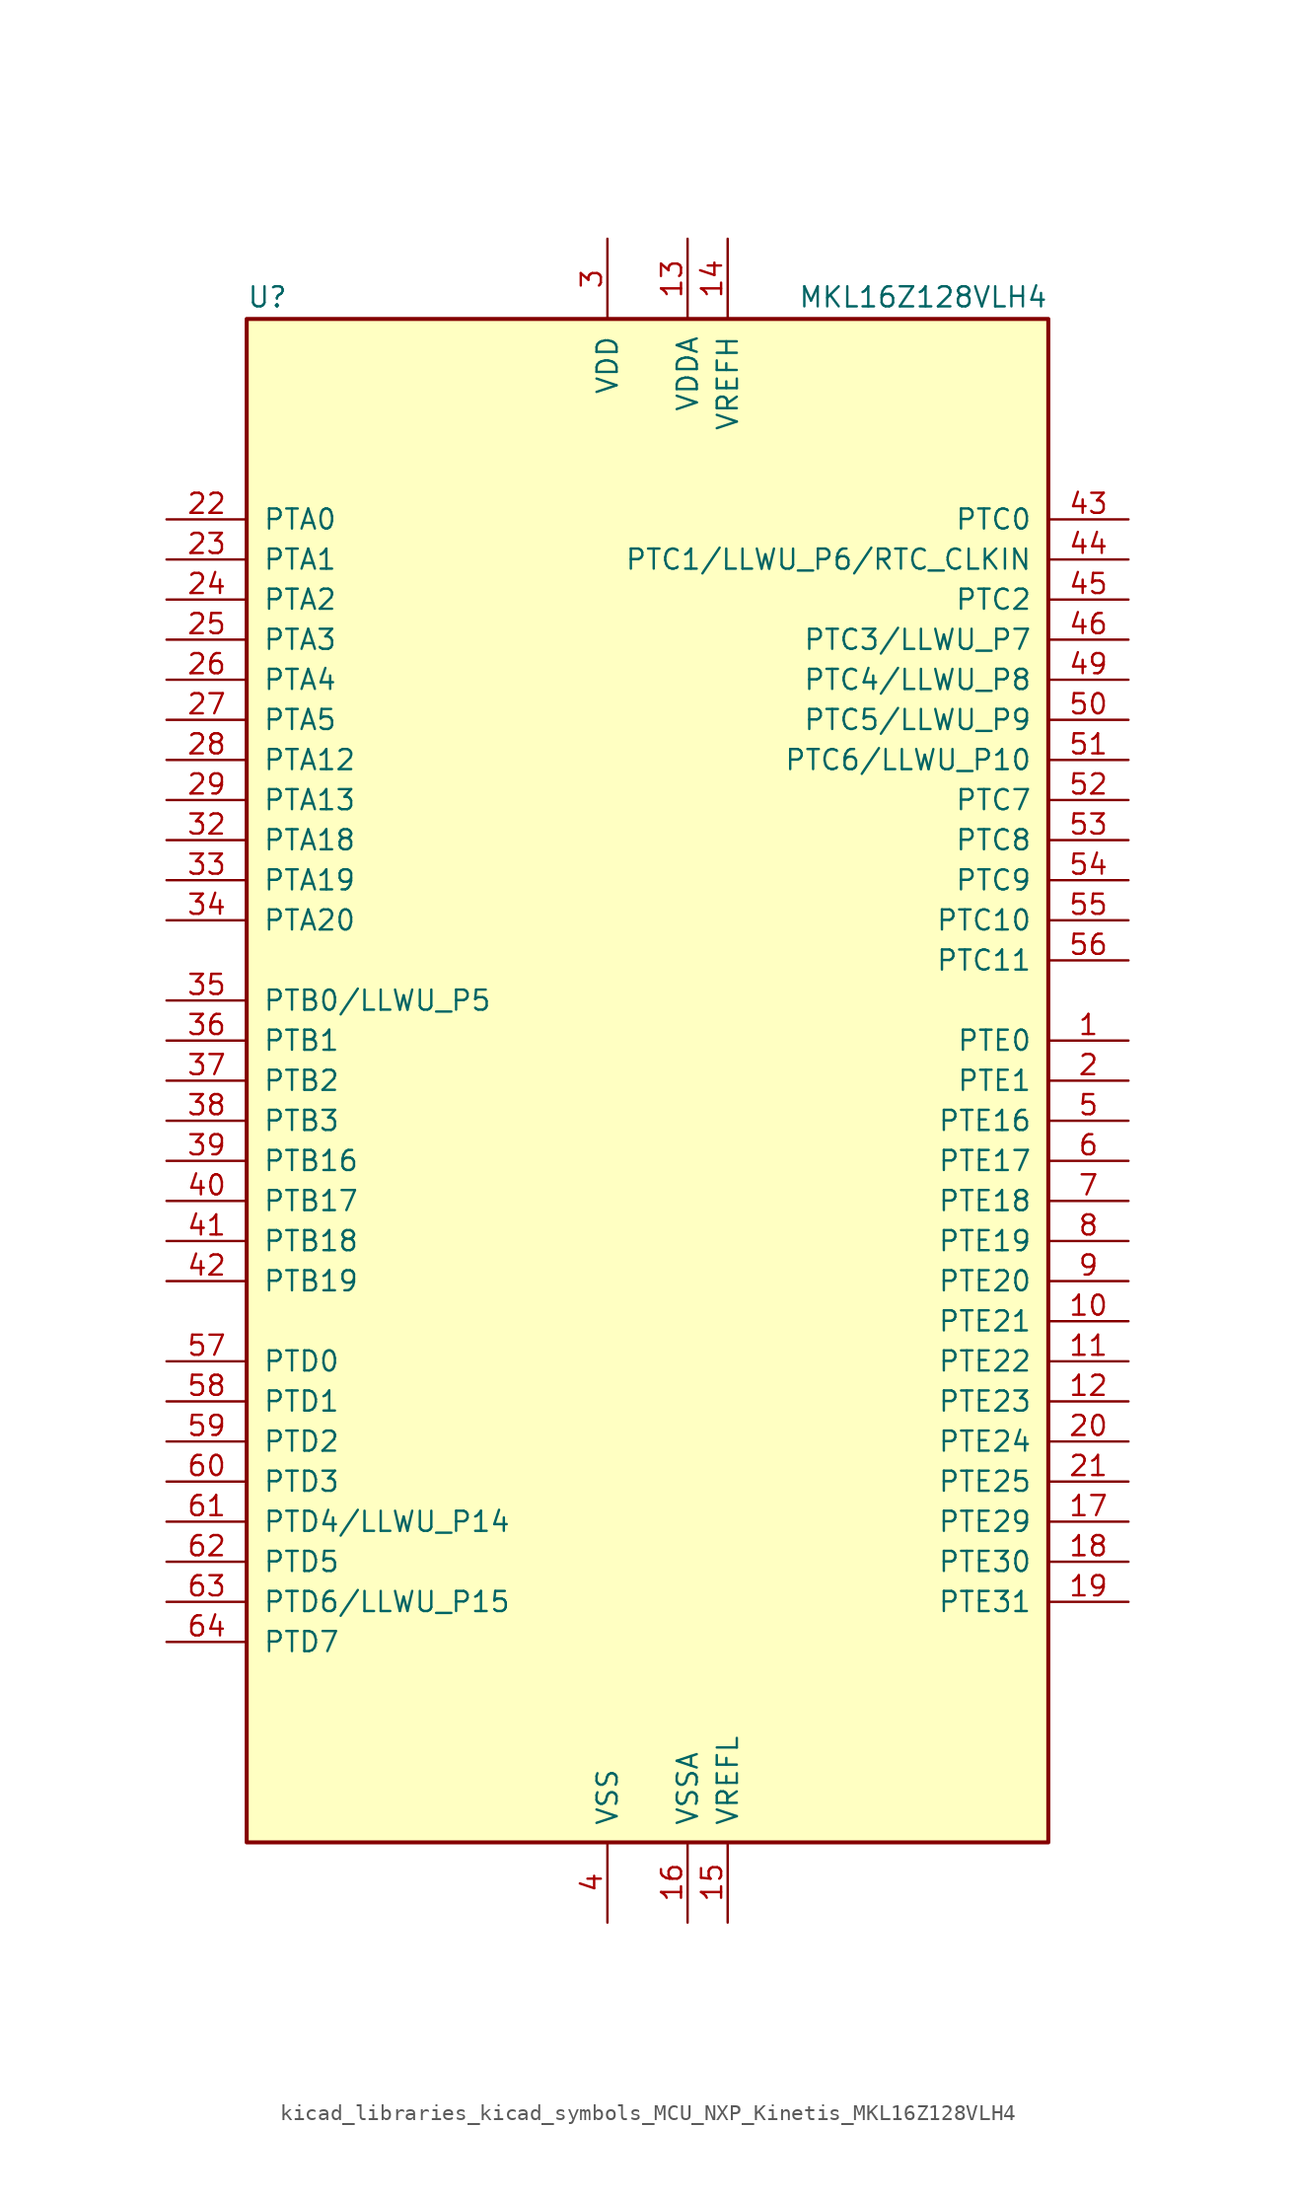
<source format=kicad_sym>
(kicad_symbol_lib
  (version 20220914)
  (generator kicad_symbol_editor)
  (symbol "kicad_libraries_kicad_symbols_MCU_NXP_Kinetis_MKL16Z128VLH4"
    (pin_names
      (offset 1.016))
    (property "Reference" "U"
      (at -25.4 48.895 0)
      (effects (font (size 1.27 1.27)) (justify left bottom)))
    (property "Value" "MKL16Z128VLH4"
      (at 25.4 48.895 0)
      (effects (font (size 1.27 1.27)) (justify right bottom)))
    (symbol "kicad_libraries_kicad_symbols_MCU_NXP_Kinetis_MKL16Z128VLH4_0_1"
      (rectangle (start -25.4 48.26) (end 25.4 -48.26) (stroke (width 0.254) (type default)) (fill (type background))))
    (symbol "kicad_libraries_kicad_symbols_MCU_NXP_Kinetis_MKL16Z128VLH4_1_1"
      (pin bidirectional line (at 30.48 2.54 180) (length 5.08) (name "PTE0" (effects (font (size 1.27 1.27)))) (number "1" (effects (font (size 1.27 1.27)))))
      (pin bidirectional line (at 30.48 -15.24 180) (length 5.08) (name "PTE21" (effects (font (size 1.27 1.27)))) (number "10" (effects (font (size 1.27 1.27)))))
      (pin bidirectional line (at 30.48 -17.78 180) (length 5.08) (name "PTE22" (effects (font (size 1.27 1.27)))) (number "11" (effects (font (size 1.27 1.27)))))
      (pin bidirectional line (at 30.48 -20.32 180) (length 5.08) (name "PTE23" (effects (font (size 1.27 1.27)))) (number "12" (effects (font (size 1.27 1.27)))))
      (pin power_in line (at 2.54 53.34 270) (length 5.08) (name "VDDA" (effects (font (size 1.27 1.27)))) (number "13" (effects (font (size 1.27 1.27)))))
      (pin power_in line (at 5.08 53.34 270) (length 5.08) (name "VREFH" (effects (font (size 1.27 1.27)))) (number "14" (effects (font (size 1.27 1.27)))))
      (pin power_in line (at 5.08 -53.34 90) (length 5.08) (name "VREFL" (effects (font (size 1.27 1.27)))) (number "15" (effects (font (size 1.27 1.27)))))
      (pin power_in line (at 2.54 -53.34 90) (length 5.08) (name "VSSA" (effects (font (size 1.27 1.27)))) (number "16" (effects (font (size 1.27 1.27)))))
      (pin bidirectional line (at 30.48 -27.94 180) (length 5.08) (name "PTE29" (effects (font (size 1.27 1.27)))) (number "17" (effects (font (size 1.27 1.27)))))
      (pin bidirectional line (at 30.48 -30.48 180) (length 5.08) (name "PTE30" (effects (font (size 1.27 1.27)))) (number "18" (effects (font (size 1.27 1.27)))))
      (pin bidirectional line (at 30.48 -33.02 180) (length 5.08) (name "PTE31" (effects (font (size 1.27 1.27)))) (number "19" (effects (font (size 1.27 1.27)))))
      (pin bidirectional line (at 30.48 0 180) (length 5.08) (name "PTE1" (effects (font (size 1.27 1.27)))) (number "2" (effects (font (size 1.27 1.27)))))
      (pin bidirectional line (at 30.48 -22.86 180) (length 5.08) (name "PTE24" (effects (font (size 1.27 1.27)))) (number "20" (effects (font (size 1.27 1.27)))))
      (pin bidirectional line (at 30.48 -25.4 180) (length 5.08) (name "PTE25" (effects (font (size 1.27 1.27)))) (number "21" (effects (font (size 1.27 1.27)))))
      (pin bidirectional line (at -30.48 35.56 0) (length 5.08) (name "PTA0" (effects (font (size 1.27 1.27)))) (number "22" (effects (font (size 1.27 1.27)))))
      (pin bidirectional line (at -30.48 33.02 0) (length 5.08) (name "PTA1" (effects (font (size 1.27 1.27)))) (number "23" (effects (font (size 1.27 1.27)))))
      (pin bidirectional line (at -30.48 30.48 0) (length 5.08) (name "PTA2" (effects (font (size 1.27 1.27)))) (number "24" (effects (font (size 1.27 1.27)))))
      (pin bidirectional line (at -30.48 27.94 0) (length 5.08) (name "PTA3" (effects (font (size 1.27 1.27)))) (number "25" (effects (font (size 1.27 1.27)))))
      (pin bidirectional line (at -30.48 25.4 0) (length 5.08) (name "PTA4" (effects (font (size 1.27 1.27)))) (number "26" (effects (font (size 1.27 1.27)))))
      (pin bidirectional line (at -30.48 22.86 0) (length 5.08) (name "PTA5" (effects (font (size 1.27 1.27)))) (number "27" (effects (font (size 1.27 1.27)))))
      (pin bidirectional line (at -30.48 20.32 0) (length 5.08) (name "PTA12" (effects (font (size 1.27 1.27)))) (number "28" (effects (font (size 1.27 1.27)))))
      (pin bidirectional line (at -30.48 17.78 0) (length 5.08) (name "PTA13" (effects (font (size 1.27 1.27)))) (number "29" (effects (font (size 1.27 1.27)))))
      (pin power_in line (at -2.54 53.34 270) (length 5.08) (name "VDD" (effects (font (size 1.27 1.27)))) (number "3" (effects (font (size 1.27 1.27)))))
      (pin passive line (at -2.54 53.34 270) (length 5.08) hide (name "VDD" (effects (font (size 1.27 1.27)))) (number "30" (effects (font (size 1.27 1.27)))))
      (pin passive line (at -2.54 -53.34 90) (length 5.08) hide (name "VSS" (effects (font (size 1.27 1.27)))) (number "31" (effects (font (size 1.27 1.27)))))
      (pin bidirectional line (at -30.48 15.24 0) (length 5.08) (name "PTA18" (effects (font (size 1.27 1.27)))) (number "32" (effects (font (size 1.27 1.27)))))
      (pin bidirectional line (at -30.48 12.7 0) (length 5.08) (name "PTA19" (effects (font (size 1.27 1.27)))) (number "33" (effects (font (size 1.27 1.27)))))
      (pin bidirectional line (at -30.48 10.16 0) (length 5.08) (name "PTA20" (effects (font (size 1.27 1.27)))) (number "34" (effects (font (size 1.27 1.27)))))
      (pin bidirectional line (at -30.48 5.08 0) (length 5.08) (name "PTB0/LLWU_P5" (effects (font (size 1.27 1.27)))) (number "35" (effects (font (size 1.27 1.27)))))
      (pin bidirectional line (at -30.48 2.54 0) (length 5.08) (name "PTB1" (effects (font (size 1.27 1.27)))) (number "36" (effects (font (size 1.27 1.27)))))
      (pin bidirectional line (at -30.48 0 0) (length 5.08) (name "PTB2" (effects (font (size 1.27 1.27)))) (number "37" (effects (font (size 1.27 1.27)))))
      (pin bidirectional line (at -30.48 -2.54 0) (length 5.08) (name "PTB3" (effects (font (size 1.27 1.27)))) (number "38" (effects (font (size 1.27 1.27)))))
      (pin bidirectional line (at -30.48 -5.08 0) (length 5.08) (name "PTB16" (effects (font (size 1.27 1.27)))) (number "39" (effects (font (size 1.27 1.27)))))
      (pin power_in line (at -2.54 -53.34 90) (length 5.08) (name "VSS" (effects (font (size 1.27 1.27)))) (number "4" (effects (font (size 1.27 1.27)))))
      (pin bidirectional line (at -30.48 -7.62 0) (length 5.08) (name "PTB17" (effects (font (size 1.27 1.27)))) (number "40" (effects (font (size 1.27 1.27)))))
      (pin bidirectional line (at -30.48 -10.16 0) (length 5.08) (name "PTB18" (effects (font (size 1.27 1.27)))) (number "41" (effects (font (size 1.27 1.27)))))
      (pin bidirectional line (at -30.48 -12.7 0) (length 5.08) (name "PTB19" (effects (font (size 1.27 1.27)))) (number "42" (effects (font (size 1.27 1.27)))))
      (pin bidirectional line (at 30.48 35.56 180) (length 5.08) (name "PTC0" (effects (font (size 1.27 1.27)))) (number "43" (effects (font (size 1.27 1.27)))))
      (pin bidirectional line (at 30.48 33.02 180) (length 5.08) (name "PTC1/LLWU_P6/RTC_CLKIN" (effects (font (size 1.27 1.27)))) (number "44" (effects (font (size 1.27 1.27)))))
      (pin bidirectional line (at 30.48 30.48 180) (length 5.08) (name "PTC2" (effects (font (size 1.27 1.27)))) (number "45" (effects (font (size 1.27 1.27)))))
      (pin bidirectional line (at 30.48 27.94 180) (length 5.08) (name "PTC3/LLWU_P7" (effects (font (size 1.27 1.27)))) (number "46" (effects (font (size 1.27 1.27)))))
      (pin passive line (at -2.54 -53.34 90) (length 5.08) hide (name "VSS" (effects (font (size 1.27 1.27)))) (number "47" (effects (font (size 1.27 1.27)))))
      (pin passive line (at -2.54 53.34 270) (length 5.08) hide (name "VDD" (effects (font (size 1.27 1.27)))) (number "48" (effects (font (size 1.27 1.27)))))
      (pin bidirectional line (at 30.48 25.4 180) (length 5.08) (name "PTC4/LLWU_P8" (effects (font (size 1.27 1.27)))) (number "49" (effects (font (size 1.27 1.27)))))
      (pin bidirectional line (at 30.48 -2.54 180) (length 5.08) (name "PTE16" (effects (font (size 1.27 1.27)))) (number "5" (effects (font (size 1.27 1.27)))))
      (pin bidirectional line (at 30.48 22.86 180) (length 5.08) (name "PTC5/LLWU_P9" (effects (font (size 1.27 1.27)))) (number "50" (effects (font (size 1.27 1.27)))))
      (pin bidirectional line (at 30.48 20.32 180) (length 5.08) (name "PTC6/LLWU_P10" (effects (font (size 1.27 1.27)))) (number "51" (effects (font (size 1.27 1.27)))))
      (pin bidirectional line (at 30.48 17.78 180) (length 5.08) (name "PTC7" (effects (font (size 1.27 1.27)))) (number "52" (effects (font (size 1.27 1.27)))))
      (pin bidirectional line (at 30.48 15.24 180) (length 5.08) (name "PTC8" (effects (font (size 1.27 1.27)))) (number "53" (effects (font (size 1.27 1.27)))))
      (pin bidirectional line (at 30.48 12.7 180) (length 5.08) (name "PTC9" (effects (font (size 1.27 1.27)))) (number "54" (effects (font (size 1.27 1.27)))))
      (pin bidirectional line (at 30.48 10.16 180) (length 5.08) (name "PTC10" (effects (font (size 1.27 1.27)))) (number "55" (effects (font (size 1.27 1.27)))))
      (pin bidirectional line (at 30.48 7.62 180) (length 5.08) (name "PTC11" (effects (font (size 1.27 1.27)))) (number "56" (effects (font (size 1.27 1.27)))))
      (pin bidirectional line (at -30.48 -17.78 0) (length 5.08) (name "PTD0" (effects (font (size 1.27 1.27)))) (number "57" (effects (font (size 1.27 1.27)))))
      (pin bidirectional line (at -30.48 -20.32 0) (length 5.08) (name "PTD1" (effects (font (size 1.27 1.27)))) (number "58" (effects (font (size 1.27 1.27)))))
      (pin bidirectional line (at -30.48 -22.86 0) (length 5.08) (name "PTD2" (effects (font (size 1.27 1.27)))) (number "59" (effects (font (size 1.27 1.27)))))
      (pin bidirectional line (at 30.48 -5.08 180) (length 5.08) (name "PTE17" (effects (font (size 1.27 1.27)))) (number "6" (effects (font (size 1.27 1.27)))))
      (pin bidirectional line (at -30.48 -25.4 0) (length 5.08) (name "PTD3" (effects (font (size 1.27 1.27)))) (number "60" (effects (font (size 1.27 1.27)))))
      (pin bidirectional line (at -30.48 -27.94 0) (length 5.08) (name "PTD4/LLWU_P14" (effects (font (size 1.27 1.27)))) (number "61" (effects (font (size 1.27 1.27)))))
      (pin bidirectional line (at -30.48 -30.48 0) (length 5.08) (name "PTD5" (effects (font (size 1.27 1.27)))) (number "62" (effects (font (size 1.27 1.27)))))
      (pin bidirectional line (at -30.48 -33.02 0) (length 5.08) (name "PTD6/LLWU_P15" (effects (font (size 1.27 1.27)))) (number "63" (effects (font (size 1.27 1.27)))))
      (pin bidirectional line (at -30.48 -35.56 0) (length 5.08) (name "PTD7" (effects (font (size 1.27 1.27)))) (number "64" (effects (font (size 1.27 1.27)))))
      (pin bidirectional line (at 30.48 -7.62 180) (length 5.08) (name "PTE18" (effects (font (size 1.27 1.27)))) (number "7" (effects (font (size 1.27 1.27)))))
      (pin bidirectional line (at 30.48 -10.16 180) (length 5.08) (name "PTE19" (effects (font (size 1.27 1.27)))) (number "8" (effects (font (size 1.27 1.27)))))
      (pin bidirectional line (at 30.48 -12.7 180) (length 5.08) (name "PTE20" (effects (font (size 1.27 1.27)))) (number "9" (effects (font (size 1.27 1.27))))))))
</source>
